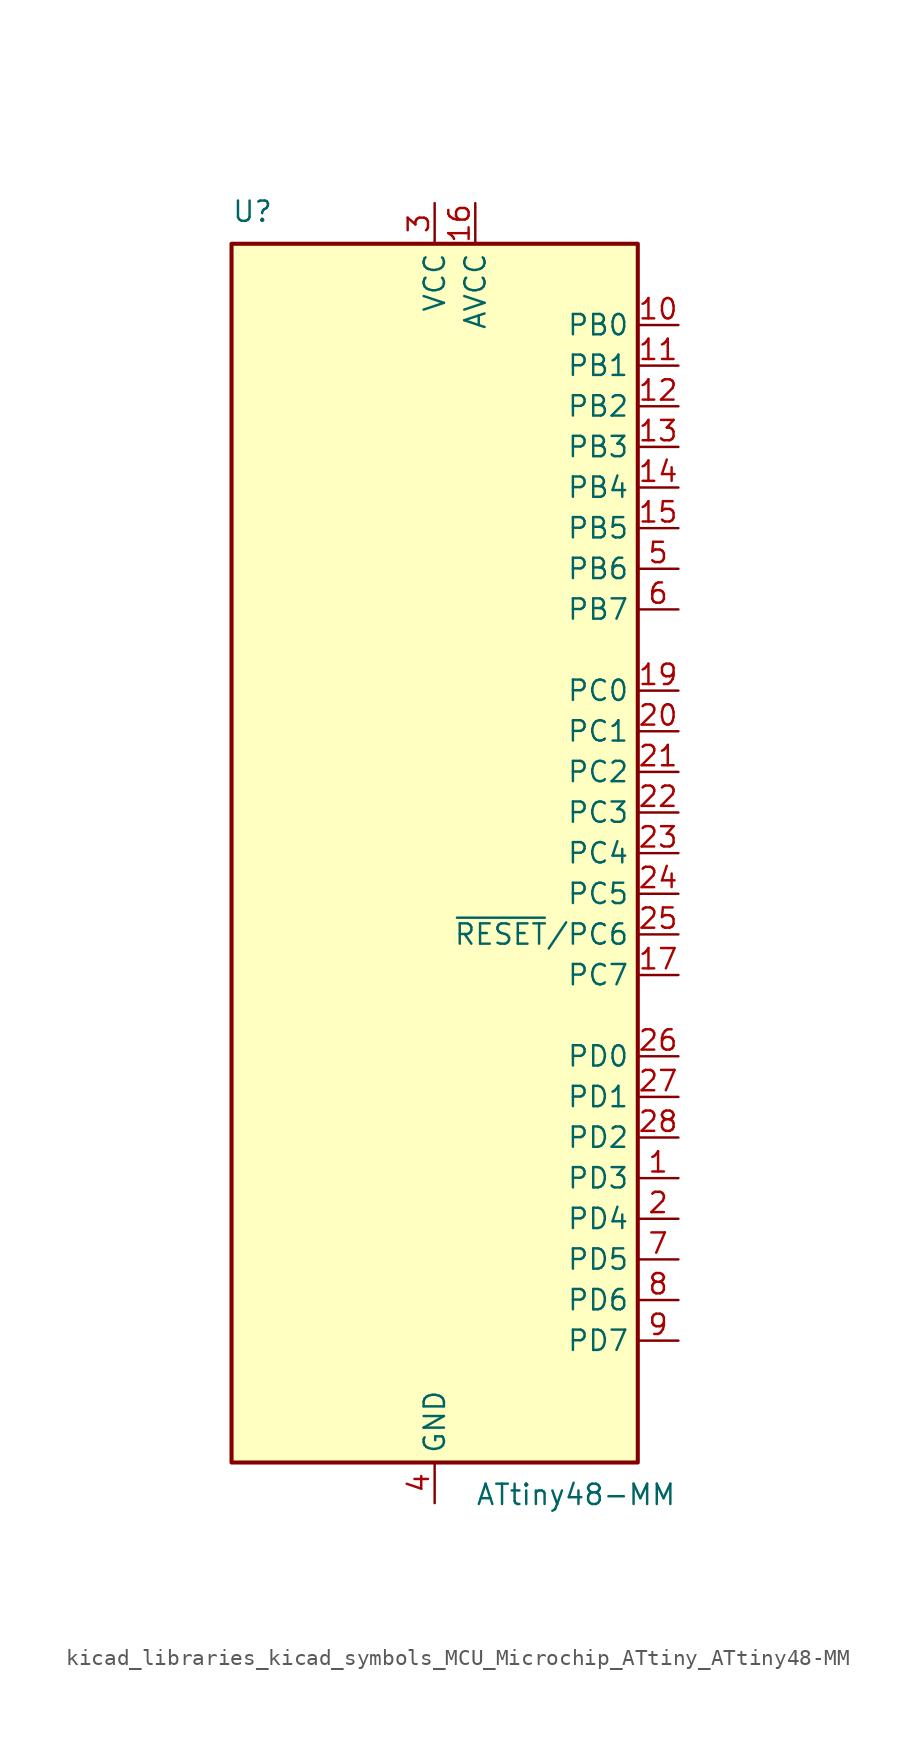
<source format=kicad_sym>
(kicad_symbol_lib
  (version 20220914)
  (generator kicad_symbol_editor)
  (symbol "kicad_libraries_kicad_symbols_MCU_Microchip_ATtiny_ATtiny48-MM"
    (property "Reference" "U"
      (at -12.7 39.37 0)
      (effects (font (size 1.27 1.27)) (justify left bottom)))
    (property "Value" "ATtiny48-MM"
      (at 2.54 -39.37 0)
      (effects (font (size 1.27 1.27)) (justify left top)))
    (symbol "kicad_libraries_kicad_symbols_MCU_Microchip_ATtiny_ATtiny48-MM_0_1"
      (rectangle (start -12.7 -38.1) (end 12.7 38.1) (stroke (width 0.254) (type default)) (fill (type background))))
    (symbol "kicad_libraries_kicad_symbols_MCU_Microchip_ATtiny_ATtiny48-MM_1_1"
      (pin bidirectional line (at 15.24 -20.32 180) (length 2.54) (name "PD3" (effects (font (size 1.27 1.27)))) (number "1" (effects (font (size 1.27 1.27)))))
      (pin bidirectional line (at 15.24 33.02 180) (length 2.54) (name "PB0" (effects (font (size 1.27 1.27)))) (number "10" (effects (font (size 1.27 1.27)))))
      (pin bidirectional line (at 15.24 30.48 180) (length 2.54) (name "PB1" (effects (font (size 1.27 1.27)))) (number "11" (effects (font (size 1.27 1.27)))))
      (pin bidirectional line (at 15.24 27.94 180) (length 2.54) (name "PB2" (effects (font (size 1.27 1.27)))) (number "12" (effects (font (size 1.27 1.27)))))
      (pin bidirectional line (at 15.24 25.4 180) (length 2.54) (name "PB3" (effects (font (size 1.27 1.27)))) (number "13" (effects (font (size 1.27 1.27)))))
      (pin bidirectional line (at 15.24 22.86 180) (length 2.54) (name "PB4" (effects (font (size 1.27 1.27)))) (number "14" (effects (font (size 1.27 1.27)))))
      (pin bidirectional line (at 15.24 20.32 180) (length 2.54) (name "PB5" (effects (font (size 1.27 1.27)))) (number "15" (effects (font (size 1.27 1.27)))))
      (pin power_in line (at 2.54 40.64 270) (length 2.54) (name "AVCC" (effects (font (size 1.27 1.27)))) (number "16" (effects (font (size 1.27 1.27)))))
      (pin bidirectional line (at 15.24 -7.62 180) (length 2.54) (name "PC7" (effects (font (size 1.27 1.27)))) (number "17" (effects (font (size 1.27 1.27)))))
      (pin passive line (at 0 -40.64 90) (length 2.54) hide (name "GND" (effects (font (size 1.27 1.27)))) (number "18" (effects (font (size 1.27 1.27)))))
      (pin bidirectional line (at 15.24 10.16 180) (length 2.54) (name "PC0" (effects (font (size 1.27 1.27)))) (number "19" (effects (font (size 1.27 1.27)))))
      (pin bidirectional line (at 15.24 -22.86 180) (length 2.54) (name "PD4" (effects (font (size 1.27 1.27)))) (number "2" (effects (font (size 1.27 1.27)))))
      (pin bidirectional line (at 15.24 7.62 180) (length 2.54) (name "PC1" (effects (font (size 1.27 1.27)))) (number "20" (effects (font (size 1.27 1.27)))))
      (pin bidirectional line (at 15.24 5.08 180) (length 2.54) (name "PC2" (effects (font (size 1.27 1.27)))) (number "21" (effects (font (size 1.27 1.27)))))
      (pin bidirectional line (at 15.24 2.54 180) (length 2.54) (name "PC3" (effects (font (size 1.27 1.27)))) (number "22" (effects (font (size 1.27 1.27)))))
      (pin bidirectional line (at 15.24 0 180) (length 2.54) (name "PC4" (effects (font (size 1.27 1.27)))) (number "23" (effects (font (size 1.27 1.27)))))
      (pin bidirectional line (at 15.24 -2.54 180) (length 2.54) (name "PC5" (effects (font (size 1.27 1.27)))) (number "24" (effects (font (size 1.27 1.27)))))
      (pin bidirectional line (at 15.24 -5.08 180) (length 2.54) (name "~{RESET}/PC6" (effects (font (size 1.27 1.27)))) (number "25" (effects (font (size 1.27 1.27)))))
      (pin bidirectional line (at 15.24 -12.7 180) (length 2.54) (name "PD0" (effects (font (size 1.27 1.27)))) (number "26" (effects (font (size 1.27 1.27)))))
      (pin bidirectional line (at 15.24 -15.24 180) (length 2.54) (name "PD1" (effects (font (size 1.27 1.27)))) (number "27" (effects (font (size 1.27 1.27)))))
      (pin bidirectional line (at 15.24 -17.78 180) (length 2.54) (name "PD2" (effects (font (size 1.27 1.27)))) (number "28" (effects (font (size 1.27 1.27)))))
      (pin passive line (at 0 -40.64 90) (length 2.54) hide (name "GND" (effects (font (size 1.27 1.27)))) (number "29" (effects (font (size 1.27 1.27)))))
      (pin power_in line (at 0 40.64 270) (length 2.54) (name "VCC" (effects (font (size 1.27 1.27)))) (number "3" (effects (font (size 1.27 1.27)))))
      (pin power_in line (at 0 -40.64 90) (length 2.54) (name "GND" (effects (font (size 1.27 1.27)))) (number "4" (effects (font (size 1.27 1.27)))))
      (pin bidirectional line (at 15.24 17.78 180) (length 2.54) (name "PB6" (effects (font (size 1.27 1.27)))) (number "5" (effects (font (size 1.27 1.27)))))
      (pin bidirectional line (at 15.24 15.24 180) (length 2.54) (name "PB7" (effects (font (size 1.27 1.27)))) (number "6" (effects (font (size 1.27 1.27)))))
      (pin bidirectional line (at 15.24 -25.4 180) (length 2.54) (name "PD5" (effects (font (size 1.27 1.27)))) (number "7" (effects (font (size 1.27 1.27)))))
      (pin bidirectional line (at 15.24 -27.94 180) (length 2.54) (name "PD6" (effects (font (size 1.27 1.27)))) (number "8" (effects (font (size 1.27 1.27)))))
      (pin bidirectional line (at 15.24 -30.48 180) (length 2.54) (name "PD7" (effects (font (size 1.27 1.27)))) (number "9" (effects (font (size 1.27 1.27))))))))
</source>
